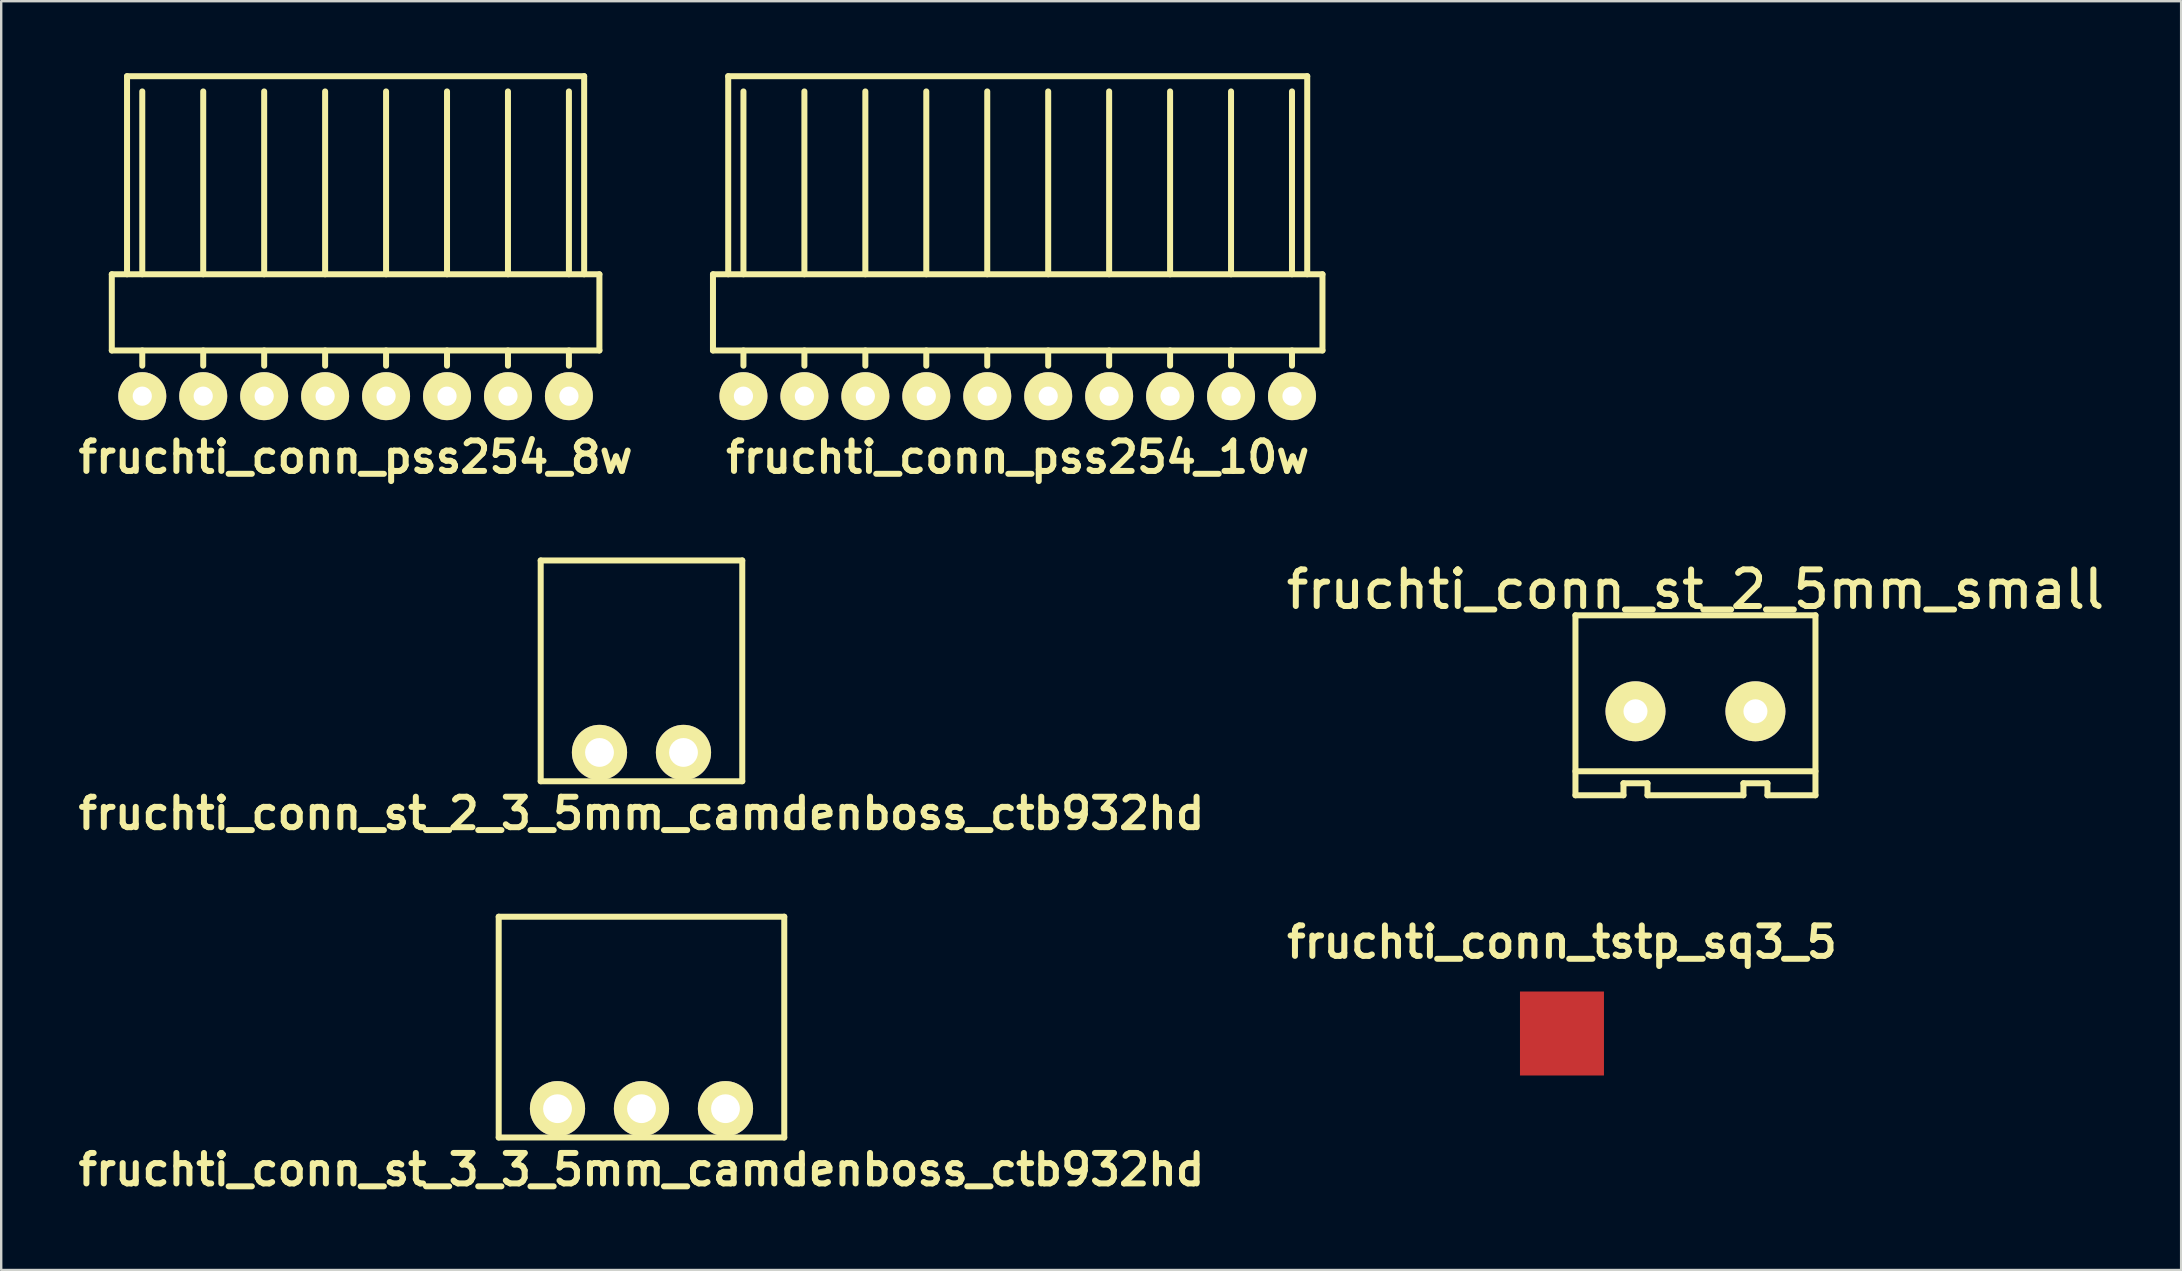
<source format=kicad_pcb>
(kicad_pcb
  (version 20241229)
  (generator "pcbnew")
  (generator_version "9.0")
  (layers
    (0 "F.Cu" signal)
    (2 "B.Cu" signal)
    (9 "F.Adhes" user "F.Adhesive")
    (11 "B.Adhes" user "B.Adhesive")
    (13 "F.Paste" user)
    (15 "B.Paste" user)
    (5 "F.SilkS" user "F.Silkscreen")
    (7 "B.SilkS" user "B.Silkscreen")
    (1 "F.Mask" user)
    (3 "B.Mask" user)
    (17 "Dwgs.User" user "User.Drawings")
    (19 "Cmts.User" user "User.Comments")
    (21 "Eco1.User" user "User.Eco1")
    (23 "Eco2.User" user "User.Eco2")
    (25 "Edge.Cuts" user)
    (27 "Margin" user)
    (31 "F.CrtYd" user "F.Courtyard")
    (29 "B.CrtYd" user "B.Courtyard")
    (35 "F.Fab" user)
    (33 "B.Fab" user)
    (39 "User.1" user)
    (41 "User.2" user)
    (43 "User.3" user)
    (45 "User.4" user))
  (footprint "fruchti_conn_pss254_10w"
    (layer "F.Cu")
    (at 39.362 13.46)
    (property "Reference" "fruchti_conn_pss254_10w" (at 0 2.54 0) (layer "F.SilkS") (effects (font (size 1.27 1.27) (thickness 0.25))))
    (attr through_hole)
    (fp_line (start -12.7 -5.08) (end 12.7 -5.08) (stroke (width 0.25) (type solid)) (layer "F.SilkS"))
    (fp_line (start -12.7 -1.905) (end -12.7 -5.08) (stroke (width 0.25) (type solid)) (layer "F.SilkS"))
    (fp_line (start -12.065 -13.335) (end -12.065 -5.08) (stroke (width 0.25) (type solid)) (layer "F.SilkS"))
    (fp_line (start -12.065 -13.335) (end 12.065 -13.335) (stroke (width 0.25) (type solid)) (layer "F.SilkS"))
    (fp_line (start -11.43 -5.08) (end -11.43 -12.7) (stroke (width 0.25) (type solid)) (layer "F.SilkS"))
    (fp_line (start -11.43 -1.27) (end -11.43 -1.905) (stroke (width 0.25) (type solid)) (layer "F.SilkS"))
    (fp_line (start -8.89 -5.08) (end -8.89 -12.7) (stroke (width 0.25) (type solid)) (layer "F.SilkS"))
    (fp_line (start -8.89 -1.27) (end -8.89 -1.905) (stroke (width 0.25) (type solid)) (layer "F.SilkS"))
    (fp_line (start -6.35 -5.08) (end -6.35 -12.7) (stroke (width 0.25) (type solid)) (layer "F.SilkS"))
    (fp_line (start -6.35 -1.905) (end -6.35 -1.27) (stroke (width 0.25) (type solid)) (layer "F.SilkS"))
    (fp_line (start -3.81 -5.08) (end -3.81 -12.7) (stroke (width 0.25) (type solid)) (layer "F.SilkS"))
    (fp_line (start -3.81 -1.27) (end -3.81 -1.905) (stroke (width 0.25) (type solid)) (layer "F.SilkS"))
    (fp_line (start -1.27 -5.08) (end -1.27 -12.7) (stroke (width 0.25) (type solid)) (layer "F.SilkS"))
    (fp_line (start -1.27 -1.905) (end -1.27 -1.27) (stroke (width 0.25) (type solid)) (layer "F.SilkS"))
    (fp_line (start 1.27 -5.08) (end 1.27 -12.7) (stroke (width 0.25) (type solid)) (layer "F.SilkS"))
    (fp_line (start 1.27 -1.905) (end 1.27 -1.27) (stroke (width 0.25) (type solid)) (layer "F.SilkS"))
    (fp_line (start 3.81 -5.08) (end 3.81 -12.7) (stroke (width 0.25) (type solid)) (layer "F.SilkS"))
    (fp_line (start 3.81 -1.905) (end 3.81 -1.27) (stroke (width 0.25) (type solid)) (layer "F.SilkS"))
    (fp_line (start 6.35 -5.08) (end 6.35 -12.7) (stroke (width 0.25) (type solid)) (layer "F.SilkS"))
    (fp_line (start 6.35 -1.905) (end 6.35 -1.27) (stroke (width 0.25) (type solid)) (layer "F.SilkS"))
    (fp_line (start 8.89 -5.08) (end 8.89 -12.7) (stroke (width 0.25) (type solid)) (layer "F.SilkS"))
    (fp_line (start 8.89 -1.905) (end 8.89 -1.27) (stroke (width 0.25) (type solid)) (layer "F.SilkS"))
    (fp_line (start 11.43 -5.08) (end 11.43 -12.7) (stroke (width 0.25) (type solid)) (layer "F.SilkS"))
    (fp_line (start 11.43 -1.905) (end 11.43 -1.27) (stroke (width 0.25) (type solid)) (layer "F.SilkS"))
    (fp_line (start 12.065 -13.335) (end 12.065 -5.08) (stroke (width 0.25) (type solid)) (layer "F.SilkS"))
    (fp_line (start 12.7 -1.905) (end -12.7 -1.905) (stroke (width 0.25) (type solid)) (layer "F.SilkS"))
    (fp_line (start 12.7 -1.905) (end 12.7 -5.08) (stroke (width 0.25) (type solid)) (layer "F.SilkS"))
    (pad "1" thru_hole circle (at -11.43 0) (size 1.999 1.999) (drill 0.8) (layers "*.Cu" "*.Mask" "F.SilkS"))
    (pad "2" thru_hole circle (at -8.89 0) (size 1.999 1.999) (drill 0.8) (layers "*.Cu" "*.Mask" "F.SilkS"))
    (pad "3" thru_hole circle (at -6.35 0) (size 1.999 1.999) (drill 0.8) (layers "*.Cu" "*.Mask" "F.SilkS"))
    (pad "4" thru_hole circle (at -3.81 0) (size 1.999 1.999) (drill 0.8) (layers "*.Cu" "*.Mask" "F.SilkS"))
    (pad "5" thru_hole circle (at -1.27 0) (size 1.999 1.999) (drill 0.8) (layers "*.Cu" "*.Mask" "F.SilkS"))
    (pad "6" thru_hole circle (at 1.27 0) (size 1.999 1.999) (drill 0.8) (layers "*.Cu" "*.Mask" "F.SilkS"))
    (pad "7" thru_hole circle (at 3.81 0) (size 1.999 1.999) (drill 0.8) (layers "*.Cu" "*.Mask" "F.SilkS"))
    (pad "8" thru_hole circle (at 6.35 0) (size 1.999 1.999) (drill 0.8) (layers "*.Cu" "*.Mask" "F.SilkS"))
    (pad "9" thru_hole circle (at 8.89 0) (size 1.999 1.999) (drill 0.8) (layers "*.Cu" "*.Mask" "F.SilkS"))
    (pad "10" thru_hole circle (at 11.43 0) (size 1.999 1.999) (drill 0.8) (layers "*.Cu" "*.Mask" "F.SilkS")))
  (footprint "fruchti_conn_st_2_5mm_small"
    (layer "F.Cu")
    (at 67.606 26.592)
    (property "Reference" "fruchti_conn_st_2_5mm_small" (at 0 -5.08 0) (layer "F.SilkS") (effects (font (size 1.524 1.524) (thickness 0.25))))
    (attr through_hole)
    (fp_line (start -5.001 -4) (end -5.001 3.5) (stroke (width 0.25) (type solid)) (layer "F.SilkS"))
    (fp_line (start -5.001 3.5) (end -3 3.5) (stroke (width 0.25) (type solid)) (layer "F.SilkS"))
    (fp_line (start -3 3) (end -1.999 3) (stroke (width 0.25) (type solid)) (layer "F.SilkS"))
    (fp_line (start -3 3.5) (end -3 3) (stroke (width 0.25) (type solid)) (layer "F.SilkS"))
    (fp_line (start -1.999 3) (end -1.999 3.5) (stroke (width 0.25) (type solid)) (layer "F.SilkS"))
    (fp_line (start -1.999 3.5) (end 1.999 3.5) (stroke (width 0.25) (type solid)) (layer "F.SilkS"))
    (fp_line (start 1.999 3) (end 3 3) (stroke (width 0.25) (type solid)) (layer "F.SilkS"))
    (fp_line (start 1.999 3.5) (end 1.999 3) (stroke (width 0.25) (type solid)) (layer "F.SilkS"))
    (fp_line (start 3 3) (end 3 3.5) (stroke (width 0.25) (type solid)) (layer "F.SilkS"))
    (fp_line (start 3 3.5) (end 5.001 3.5) (stroke (width 0.25) (type solid)) (layer "F.SilkS"))
    (fp_line (start 5.001 -4) (end -5.001 -4) (stroke (width 0.25) (type solid)) (layer "F.SilkS"))
    (fp_line (start 5.001 2.499) (end -5.001 2.499) (stroke (width 0.25) (type solid)) (layer "F.SilkS"))
    (fp_line (start 5.001 3.5) (end 5.001 -4) (stroke (width 0.25) (type solid)) (layer "F.SilkS"))
    (pad "1" thru_hole circle (at -2.499 0) (size 2.499 2.499) (drill 1.001) (layers "*.Cu" "*.Mask" "F.SilkS"))
    (pad "2" thru_hole circle (at 2.499 0) (size 2.499 2.499) (drill 1.001) (layers "*.Cu" "*.Mask" "F.SilkS")))
  (footprint "fruchti_conn_tstp_sq3_5"
    (layer "F.Cu")
    (at 62.043 40.02)
    (property "Reference" "fruchti_conn_tstp_sq3_5" (at 0 -3.81 0) (layer "F.SilkS") (effects (font (size 1.27 1.27) (thickness 0.25))))
    (attr through_hole)
    (pad "1" smd rect (at 0 0) (size 3.5 3.5) (layers "F.Cu" "F.Mask")))
  (footprint "fruchti_conn_pss254_8w"
    (layer "F.Cu")
    (at 11.769 13.46)
    (property "Reference" "fruchti_conn_pss254_8w" (at 0 2.54 0) (layer "F.SilkS") (effects (font (size 1.27 1.27) (thickness 0.25))))
    (attr through_hole)
    (fp_line (start -10.16 -5.08) (end 10.16 -5.08) (stroke (width 0.25) (type solid)) (layer "F.SilkS"))
    (fp_line (start -10.16 -1.905) (end -10.16 -5.08) (stroke (width 0.25) (type solid)) (layer "F.SilkS"))
    (fp_line (start -10.16 -1.905) (end 10.16 -1.905) (stroke (width 0.25) (type solid)) (layer "F.SilkS"))
    (fp_line (start -9.525 -13.335) (end -9.525 -5.08) (stroke (width 0.25) (type solid)) (layer "F.SilkS"))
    (fp_line (start -9.525 -13.335) (end 9.525 -13.335) (stroke (width 0.25) (type solid)) (layer "F.SilkS"))
    (fp_line (start -8.89 -5.08) (end -8.89 -12.7) (stroke (width 0.25) (type solid)) (layer "F.SilkS"))
    (fp_line (start -8.89 -1.27) (end -8.89 -1.905) (stroke (width 0.25) (type solid)) (layer "F.SilkS"))
    (fp_line (start -6.35 -5.08) (end -6.35 -12.7) (stroke (width 0.25) (type solid)) (layer "F.SilkS"))
    (fp_line (start -6.35 -1.27) (end -6.35 -1.905) (stroke (width 0.25) (type solid)) (layer "F.SilkS"))
    (fp_line (start -3.81 -5.08) (end -3.81 -12.7) (stroke (width 0.25) (type solid)) (layer "F.SilkS"))
    (fp_line (start -3.81 -1.905) (end -3.81 -1.27) (stroke (width 0.25) (type solid)) (layer "F.SilkS"))
    (fp_line (start -1.27 -5.08) (end -1.27 -12.7) (stroke (width 0.25) (type solid)) (layer "F.SilkS"))
    (fp_line (start -1.27 -1.27) (end -1.27 -1.905) (stroke (width 0.25) (type solid)) (layer "F.SilkS"))
    (fp_line (start 1.27 -5.08) (end 1.27 -12.7) (stroke (width 0.25) (type solid)) (layer "F.SilkS"))
    (fp_line (start 1.27 -1.905) (end 1.27 -1.27) (stroke (width 0.25) (type solid)) (layer "F.SilkS"))
    (fp_line (start 3.81 -5.08) (end 3.81 -12.7) (stroke (width 0.25) (type solid)) (layer "F.SilkS"))
    (fp_line (start 3.81 -1.905) (end 3.81 -1.27) (stroke (width 0.25) (type solid)) (layer "F.SilkS"))
    (fp_line (start 6.35 -5.08) (end 6.35 -12.7) (stroke (width 0.25) (type solid)) (layer "F.SilkS"))
    (fp_line (start 6.35 -1.905) (end 6.35 -1.27) (stroke (width 0.25) (type solid)) (layer "F.SilkS"))
    (fp_line (start 8.89 -5.08) (end 8.89 -12.7) (stroke (width 0.25) (type solid)) (layer "F.SilkS"))
    (fp_line (start 8.89 -1.905) (end 8.89 -1.27) (stroke (width 0.25) (type solid)) (layer "F.SilkS"))
    (fp_line (start 9.525 -13.335) (end 9.525 -5.08) (stroke (width 0.25) (type solid)) (layer "F.SilkS"))
    (fp_line (start 10.16 -1.905) (end 10.16 -5.08) (stroke (width 0.25) (type solid)) (layer "F.SilkS"))
    (pad "1" thru_hole circle (at -8.89 0) (size 1.999 1.999) (drill 0.8) (layers "*.Cu" "*.Mask" "F.SilkS"))
    (pad "2" thru_hole circle (at -6.35 0) (size 1.999 1.999) (drill 0.8) (layers "*.Cu" "*.Mask" "F.SilkS"))
    (pad "3" thru_hole circle (at -3.81 0) (size 1.999 1.999) (drill 0.8) (layers "*.Cu" "*.Mask" "F.SilkS"))
    (pad "4" thru_hole circle (at -1.27 0) (size 1.999 1.999) (drill 0.8) (layers "*.Cu" "*.Mask" "F.SilkS"))
    (pad "5" thru_hole circle (at 1.27 0) (size 1.999 1.999) (drill 0.8) (layers "*.Cu" "*.Mask" "F.SilkS"))
    (pad "6" thru_hole circle (at 3.81 0) (size 1.999 1.999) (drill 0.8) (layers "*.Cu" "*.Mask" "F.SilkS"))
    (pad "7" thru_hole circle (at 6.35 0) (size 1.999 1.999) (drill 0.8) (layers "*.Cu" "*.Mask" "F.SilkS"))
    (pad "8" thru_hole circle (at 8.89 0) (size 1.999 1.999) (drill 0.8) (layers "*.Cu" "*.Mask" "F.SilkS")))
  (footprint "fruchti_conn_st_2_3_5mm_camdenboss_ctb932hd"
    (layer "F.Cu")
    (at 23.683 28.307)
    (property "Reference" "fruchti_conn_st_2_3_5mm_camdenboss_ctb932hd" (at 0 2.54 0) (layer "F.SilkS") (effects (font (size 1.27 1.27) (thickness 0.25))))
    (attr through_hole)
    (fp_line (start -4.2 -8) (end -4.2 1.2) (stroke (width 0.25) (type solid)) (layer "F.SilkS"))
    (fp_line (start -4.2 -8) (end 4.2 -8) (stroke (width 0.25) (type solid)) (layer "F.SilkS"))
    (fp_line (start -4.2 1.2) (end 4.2 1.2) (stroke (width 0.25) (type solid)) (layer "F.SilkS"))
    (fp_line (start 4.2 -8) (end 4.2 1.2) (stroke (width 0.25) (type solid)) (layer "F.SilkS"))
    (pad "1" thru_hole circle (at -1.75 0) (size 2.3 2.3) (drill 1.2) (layers "*.Cu" "*.Mask" "F.SilkS"))
    (pad "2" thru_hole circle (at 1.75 0) (size 2.3 2.3) (drill 1.2) (layers "*.Cu" "*.Mask" "F.SilkS")))
  (footprint "fruchti_conn_st_3_3_5mm_camdenboss_ctb932hd"
    (layer "F.Cu")
    (at 23.683 43.153)
    (property "Reference" "fruchti_conn_st_3_3_5mm_camdenboss_ctb932hd" (at 0 2.54 0) (layer "F.SilkS") (effects (font (size 1.27 1.27) (thickness 0.25))))
    (attr through_hole)
    (fp_line (start -5.95 -8) (end -5.95 1.2) (stroke (width 0.25) (type solid)) (layer "F.SilkS"))
    (fp_line (start -5.95 -8) (end 5.95 -8) (stroke (width 0.25) (type solid)) (layer "F.SilkS"))
    (fp_line (start -5.95 1.2) (end 5.95 1.2) (stroke (width 0.25) (type solid)) (layer "F.SilkS"))
    (fp_line (start 5.95 -8) (end 5.95 1.2) (stroke (width 0.25) (type solid)) (layer "F.SilkS"))
    (pad "1" thru_hole circle (at -3.5 0) (size 2.3 2.3) (drill 1.2) (layers "*.Cu" "*.Mask" "F.SilkS"))
    (pad "2" thru_hole circle (at 0 0) (size 2.3 2.3) (drill 1.2) (layers "*.Cu" "*.Mask" "F.SilkS"))
    (pad "3" thru_hole circle (at 3.5 0) (size 2.3 2.3) (drill 1.2) (layers "*.Cu" "*.Mask" "F.SilkS")))
  (gr_rect
    (start -3 -3)
    (end 87.846 49.875)
    (stroke (width 0.1) (type default))
    (fill no)
    (layer "Edge.Cuts")))
</source>
